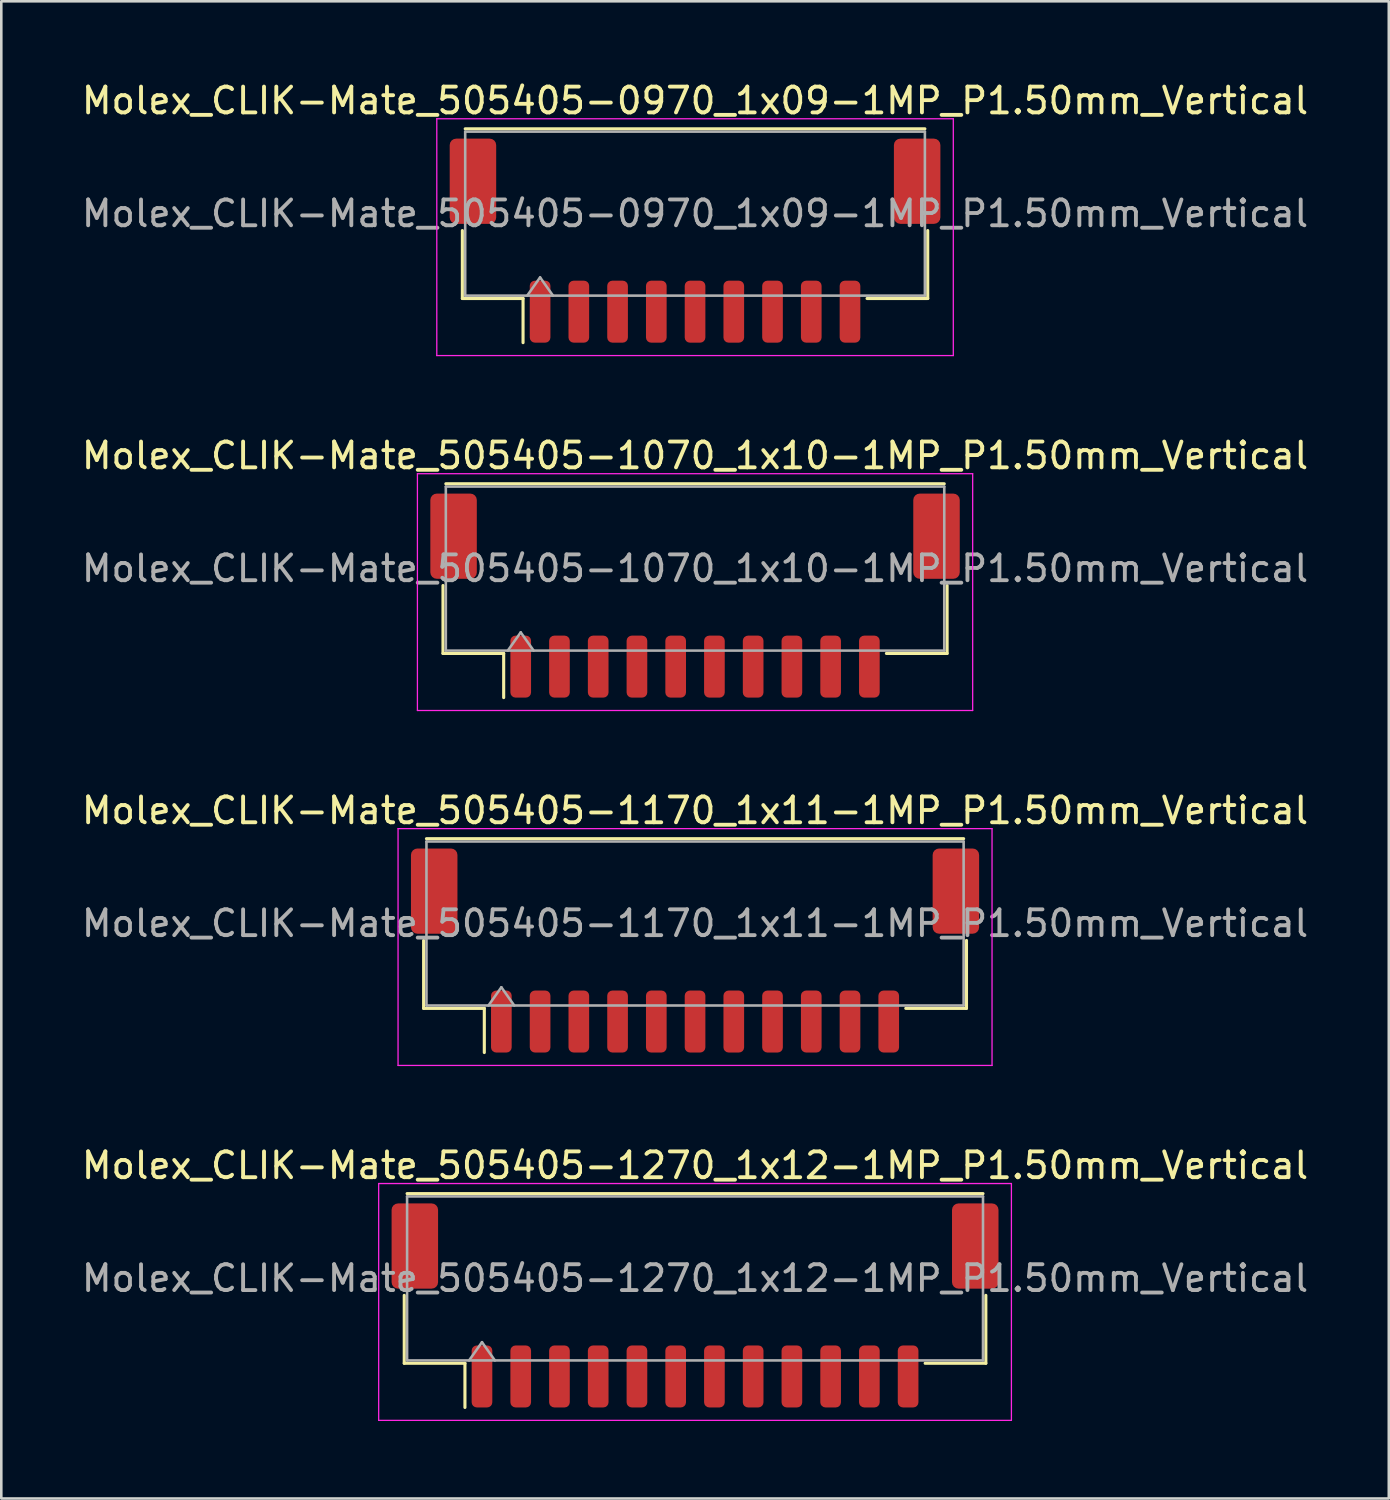
<source format=kicad_pcb>
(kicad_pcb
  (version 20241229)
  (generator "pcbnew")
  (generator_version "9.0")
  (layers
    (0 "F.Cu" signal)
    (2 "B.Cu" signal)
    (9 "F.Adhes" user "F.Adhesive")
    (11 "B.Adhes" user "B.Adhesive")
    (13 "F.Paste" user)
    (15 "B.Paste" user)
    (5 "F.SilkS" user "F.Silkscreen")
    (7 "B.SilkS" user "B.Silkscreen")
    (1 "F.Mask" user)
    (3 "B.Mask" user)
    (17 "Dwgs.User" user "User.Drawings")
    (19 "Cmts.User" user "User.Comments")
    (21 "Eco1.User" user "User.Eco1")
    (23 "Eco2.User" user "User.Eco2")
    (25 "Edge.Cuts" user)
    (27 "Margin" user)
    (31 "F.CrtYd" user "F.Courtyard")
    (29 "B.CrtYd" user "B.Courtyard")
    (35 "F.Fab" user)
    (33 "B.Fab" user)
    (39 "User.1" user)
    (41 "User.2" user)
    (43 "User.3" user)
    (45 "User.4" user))
  (footprint "Molex_CLIK-Mate_505405-1170_1x11-1MP_P1.50mm_Vertical"
    (layer "F.Cu")
    (at 23.863 33.755)
    (property "Reference" "Molex_CLIK-Mate_505405-1170_1x11-1MP_P1.50mm_Vertical" (at 0 -5.42 0) (layer "F.SilkS") (effects (font (size 1 1) (thickness 0.15))))
    (attr smd)
    (fp_line (start -10.51 -0.39) (end -10.51 2.24) (stroke (width 0.12) (type solid)) (layer "F.SilkS"))
    (fp_line (start -10.51 2.24) (end -8.16 2.24) (stroke (width 0.12) (type solid)) (layer "F.SilkS"))
    (fp_line (start -10.4 -4.33) (end 10.4 -4.33) (stroke (width 0.12) (type solid)) (layer "F.SilkS"))
    (fp_line (start -8.16 2.24) (end -8.16 3.95) (stroke (width 0.12) (type solid)) (layer "F.SilkS"))
    (fp_line (start 10.51 -0.39) (end 10.51 2.24) (stroke (width 0.12) (type solid)) (layer "F.SilkS"))
    (fp_line (start 10.51 2.24) (end 8.16 2.24) (stroke (width 0.12) (type solid)) (layer "F.SilkS"))
    (fp_line (start -11.5 -4.72) (end -11.5 4.45) (stroke (width 0.05) (type solid)) (layer "F.CrtYd"))
    (fp_line (start -11.5 4.45) (end 11.5 4.45) (stroke (width 0.05) (type solid)) (layer "F.CrtYd"))
    (fp_line (start 11.5 -4.72) (end -11.5 -4.72) (stroke (width 0.05) (type solid)) (layer "F.CrtYd"))
    (fp_line (start 11.5 4.45) (end 11.5 -4.72) (stroke (width 0.05) (type solid)) (layer "F.CrtYd"))
    (fp_line (start -10.4 -4.22) (end 10.4 -4.22) (stroke (width 0.1) (type solid)) (layer "F.Fab"))
    (fp_line (start -10.4 2.13) (end -10.4 -4.22) (stroke (width 0.1) (type solid)) (layer "F.Fab"))
    (fp_line (start -10.4 2.13) (end 10.4 2.13) (stroke (width 0.1) (type solid)) (layer "F.Fab"))
    (fp_line (start -8 2.13) (end -7.5 1.423) (stroke (width 0.1) (type solid)) (layer "F.Fab"))
    (fp_line (start -7.5 1.423) (end -7 2.13) (stroke (width 0.1) (type solid)) (layer "F.Fab"))
    (fp_line (start 10.4 2.13) (end 10.4 -4.22) (stroke (width 0.1) (type solid)) (layer "F.Fab"))
    (fp_text user "${REFERENCE}" (at 0 -1.05 0) (layer "F.Fab") (effects (font (size 1 1) (thickness 0.15))))
    (pad "1" smd roundrect (at -7.5 2.75) (size 0.8 2.4) (layers "F.Cu" "F.Mask" "F.Paste") (roundrect_rratio 0.25))
    (pad "2" smd roundrect (at -6 2.75) (size 0.8 2.4) (layers "F.Cu" "F.Mask" "F.Paste") (roundrect_rratio 0.25))
    (pad "3" smd roundrect (at -4.5 2.75) (size 0.8 2.4) (layers "F.Cu" "F.Mask" "F.Paste") (roundrect_rratio 0.25))
    (pad "4" smd roundrect (at -3 2.75) (size 0.8 2.4) (layers "F.Cu" "F.Mask" "F.Paste") (roundrect_rratio 0.25))
    (pad "5" smd roundrect (at -1.5 2.75) (size 0.8 2.4) (layers "F.Cu" "F.Mask" "F.Paste") (roundrect_rratio 0.25))
    (pad "6" smd roundrect (at 0 2.75) (size 0.8 2.4) (layers "F.Cu" "F.Mask" "F.Paste") (roundrect_rratio 0.25))
    (pad "7" smd roundrect (at 1.5 2.75) (size 0.8 2.4) (layers "F.Cu" "F.Mask" "F.Paste") (roundrect_rratio 0.25))
    (pad "8" smd roundrect (at 3 2.75) (size 0.8 2.4) (layers "F.Cu" "F.Mask" "F.Paste") (roundrect_rratio 0.25))
    (pad "9" smd roundrect (at 4.5 2.75) (size 0.8 2.4) (layers "F.Cu" "F.Mask" "F.Paste") (roundrect_rratio 0.25))
    (pad "10" smd roundrect (at 6 2.75) (size 0.8 2.4) (layers "F.Cu" "F.Mask" "F.Paste") (roundrect_rratio 0.25))
    (pad "11" smd roundrect (at 7.5 2.75) (size 0.8 2.4) (layers "F.Cu" "F.Mask" "F.Paste") (roundrect_rratio 0.25))
    (pad "MP" smd roundrect (at -10.1 -2.3) (size 1.8 3.3) (layers "F.Cu" "F.Mask" "F.Paste") (roundrect_rratio 0.139))
    (pad "MP" smd roundrect (at 10.1 -2.3) (size 1.8 3.3) (layers "F.Cu" "F.Mask" "F.Paste") (roundrect_rratio 0.139)))
  (footprint "Molex_CLIK-Mate_505405-1270_1x12-1MP_P1.50mm_Vertical"
    (layer "F.Cu")
    (at 23.863 47.498)
    (property "Reference" "Molex_CLIK-Mate_505405-1270_1x12-1MP_P1.50mm_Vertical" (at 0 -5.42 0) (layer "F.SilkS") (effects (font (size 1 1) (thickness 0.15))))
    (attr smd)
    (fp_line (start -11.26 -0.39) (end -11.26 2.24) (stroke (width 0.12) (type solid)) (layer "F.SilkS"))
    (fp_line (start -11.26 2.24) (end -8.91 2.24) (stroke (width 0.12) (type solid)) (layer "F.SilkS"))
    (fp_line (start -11.15 -4.33) (end 11.15 -4.33) (stroke (width 0.12) (type solid)) (layer "F.SilkS"))
    (fp_line (start -8.91 2.24) (end -8.91 3.95) (stroke (width 0.12) (type solid)) (layer "F.SilkS"))
    (fp_line (start 11.26 -0.39) (end 11.26 2.24) (stroke (width 0.12) (type solid)) (layer "F.SilkS"))
    (fp_line (start 11.26 2.24) (end 8.91 2.24) (stroke (width 0.12) (type solid)) (layer "F.SilkS"))
    (fp_line (start -12.25 -4.72) (end -12.25 4.45) (stroke (width 0.05) (type solid)) (layer "F.CrtYd"))
    (fp_line (start -12.25 4.45) (end 12.25 4.45) (stroke (width 0.05) (type solid)) (layer "F.CrtYd"))
    (fp_line (start 12.25 -4.72) (end -12.25 -4.72) (stroke (width 0.05) (type solid)) (layer "F.CrtYd"))
    (fp_line (start 12.25 4.45) (end 12.25 -4.72) (stroke (width 0.05) (type solid)) (layer "F.CrtYd"))
    (fp_line (start -11.15 -4.22) (end 11.15 -4.22) (stroke (width 0.1) (type solid)) (layer "F.Fab"))
    (fp_line (start -11.15 2.13) (end -11.15 -4.22) (stroke (width 0.1) (type solid)) (layer "F.Fab"))
    (fp_line (start -11.15 2.13) (end 11.15 2.13) (stroke (width 0.1) (type solid)) (layer "F.Fab"))
    (fp_line (start -8.75 2.13) (end -8.25 1.423) (stroke (width 0.1) (type solid)) (layer "F.Fab"))
    (fp_line (start -8.25 1.423) (end -7.75 2.13) (stroke (width 0.1) (type solid)) (layer "F.Fab"))
    (fp_line (start 11.15 2.13) (end 11.15 -4.22) (stroke (width 0.1) (type solid)) (layer "F.Fab"))
    (fp_text user "${REFERENCE}" (at 0 -1.05 0) (layer "F.Fab") (effects (font (size 1 1) (thickness 0.15))))
    (pad "1" smd roundrect (at -8.25 2.75) (size 0.8 2.4) (layers "F.Cu" "F.Mask" "F.Paste") (roundrect_rratio 0.25))
    (pad "2" smd roundrect (at -6.75 2.75) (size 0.8 2.4) (layers "F.Cu" "F.Mask" "F.Paste") (roundrect_rratio 0.25))
    (pad "3" smd roundrect (at -5.25 2.75) (size 0.8 2.4) (layers "F.Cu" "F.Mask" "F.Paste") (roundrect_rratio 0.25))
    (pad "4" smd roundrect (at -3.75 2.75) (size 0.8 2.4) (layers "F.Cu" "F.Mask" "F.Paste") (roundrect_rratio 0.25))
    (pad "5" smd roundrect (at -2.25 2.75) (size 0.8 2.4) (layers "F.Cu" "F.Mask" "F.Paste") (roundrect_rratio 0.25))
    (pad "6" smd roundrect (at -0.75 2.75) (size 0.8 2.4) (layers "F.Cu" "F.Mask" "F.Paste") (roundrect_rratio 0.25))
    (pad "7" smd roundrect (at 0.75 2.75) (size 0.8 2.4) (layers "F.Cu" "F.Mask" "F.Paste") (roundrect_rratio 0.25))
    (pad "8" smd roundrect (at 2.25 2.75) (size 0.8 2.4) (layers "F.Cu" "F.Mask" "F.Paste") (roundrect_rratio 0.25))
    (pad "9" smd roundrect (at 3.75 2.75) (size 0.8 2.4) (layers "F.Cu" "F.Mask" "F.Paste") (roundrect_rratio 0.25))
    (pad "10" smd roundrect (at 5.25 2.75) (size 0.8 2.4) (layers "F.Cu" "F.Mask" "F.Paste") (roundrect_rratio 0.25))
    (pad "11" smd roundrect (at 6.75 2.75) (size 0.8 2.4) (layers "F.Cu" "F.Mask" "F.Paste") (roundrect_rratio 0.25))
    (pad "12" smd roundrect (at 8.25 2.75) (size 0.8 2.4) (layers "F.Cu" "F.Mask" "F.Paste") (roundrect_rratio 0.25))
    (pad "MP" smd roundrect (at -10.85 -2.3) (size 1.8 3.3) (layers "F.Cu" "F.Mask" "F.Paste") (roundrect_rratio 0.139))
    (pad "MP" smd roundrect (at 10.85 -2.3) (size 1.8 3.3) (layers "F.Cu" "F.Mask" "F.Paste") (roundrect_rratio 0.139)))
  (footprint "Molex_CLIK-Mate_505405-0970_1x09-1MP_P1.50mm_Vertical"
    (layer "F.Cu")
    (at 23.863 6.268)
    (property "Reference" "Molex_CLIK-Mate_505405-0970_1x09-1MP_P1.50mm_Vertical" (at 0 -5.42 0) (layer "F.SilkS") (effects (font (size 1 1) (thickness 0.15))))
    (attr smd)
    (fp_line (start -9.01 -0.39) (end -9.01 2.24) (stroke (width 0.12) (type solid)) (layer "F.SilkS"))
    (fp_line (start -9.01 2.24) (end -6.66 2.24) (stroke (width 0.12) (type solid)) (layer "F.SilkS"))
    (fp_line (start -8.9 -4.33) (end 8.9 -4.33) (stroke (width 0.12) (type solid)) (layer "F.SilkS"))
    (fp_line (start -6.66 2.24) (end -6.66 3.95) (stroke (width 0.12) (type solid)) (layer "F.SilkS"))
    (fp_line (start 9.01 -0.39) (end 9.01 2.24) (stroke (width 0.12) (type solid)) (layer "F.SilkS"))
    (fp_line (start 9.01 2.24) (end 6.66 2.24) (stroke (width 0.12) (type solid)) (layer "F.SilkS"))
    (fp_line (start -10 -4.72) (end -10 4.45) (stroke (width 0.05) (type solid)) (layer "F.CrtYd"))
    (fp_line (start -10 4.45) (end 10 4.45) (stroke (width 0.05) (type solid)) (layer "F.CrtYd"))
    (fp_line (start 10 -4.72) (end -10 -4.72) (stroke (width 0.05) (type solid)) (layer "F.CrtYd"))
    (fp_line (start 10 4.45) (end 10 -4.72) (stroke (width 0.05) (type solid)) (layer "F.CrtYd"))
    (fp_line (start -8.9 -4.22) (end 8.9 -4.22) (stroke (width 0.1) (type solid)) (layer "F.Fab"))
    (fp_line (start -8.9 2.13) (end -8.9 -4.22) (stroke (width 0.1) (type solid)) (layer "F.Fab"))
    (fp_line (start -8.9 2.13) (end 8.9 2.13) (stroke (width 0.1) (type solid)) (layer "F.Fab"))
    (fp_line (start -6.5 2.13) (end -6 1.423) (stroke (width 0.1) (type solid)) (layer "F.Fab"))
    (fp_line (start -6 1.423) (end -5.5 2.13) (stroke (width 0.1) (type solid)) (layer "F.Fab"))
    (fp_line (start 8.9 2.13) (end 8.9 -4.22) (stroke (width 0.1) (type solid)) (layer "F.Fab"))
    (fp_text user "${REFERENCE}" (at 0 -1.05 0) (layer "F.Fab") (effects (font (size 1 1) (thickness 0.15))))
    (pad "1" smd roundrect (at -6 2.75) (size 0.8 2.4) (layers "F.Cu" "F.Mask" "F.Paste") (roundrect_rratio 0.25))
    (pad "2" smd roundrect (at -4.5 2.75) (size 0.8 2.4) (layers "F.Cu" "F.Mask" "F.Paste") (roundrect_rratio 0.25))
    (pad "3" smd roundrect (at -3 2.75) (size 0.8 2.4) (layers "F.Cu" "F.Mask" "F.Paste") (roundrect_rratio 0.25))
    (pad "4" smd roundrect (at -1.5 2.75) (size 0.8 2.4) (layers "F.Cu" "F.Mask" "F.Paste") (roundrect_rratio 0.25))
    (pad "5" smd roundrect (at 0 2.75) (size 0.8 2.4) (layers "F.Cu" "F.Mask" "F.Paste") (roundrect_rratio 0.25))
    (pad "6" smd roundrect (at 1.5 2.75) (size 0.8 2.4) (layers "F.Cu" "F.Mask" "F.Paste") (roundrect_rratio 0.25))
    (pad "7" smd roundrect (at 3 2.75) (size 0.8 2.4) (layers "F.Cu" "F.Mask" "F.Paste") (roundrect_rratio 0.25))
    (pad "8" smd roundrect (at 4.5 2.75) (size 0.8 2.4) (layers "F.Cu" "F.Mask" "F.Paste") (roundrect_rratio 0.25))
    (pad "9" smd roundrect (at 6 2.75) (size 0.8 2.4) (layers "F.Cu" "F.Mask" "F.Paste") (roundrect_rratio 0.25))
    (pad "MP" smd roundrect (at -8.6 -2.3) (size 1.8 3.3) (layers "F.Cu" "F.Mask" "F.Paste") (roundrect_rratio 0.139))
    (pad "MP" smd roundrect (at 8.6 -2.3) (size 1.8 3.3) (layers "F.Cu" "F.Mask" "F.Paste") (roundrect_rratio 0.139)))
  (footprint "Molex_CLIK-Mate_505405-1070_1x10-1MP_P1.50mm_Vertical"
    (layer "F.Cu")
    (at 23.863 20.012)
    (property "Reference" "Molex_CLIK-Mate_505405-1070_1x10-1MP_P1.50mm_Vertical" (at 0 -5.42 0) (layer "F.SilkS") (effects (font (size 1 1) (thickness 0.15))))
    (attr smd)
    (fp_line (start -9.76 -0.39) (end -9.76 2.24) (stroke (width 0.12) (type solid)) (layer "F.SilkS"))
    (fp_line (start -9.76 2.24) (end -7.41 2.24) (stroke (width 0.12) (type solid)) (layer "F.SilkS"))
    (fp_line (start -9.65 -4.33) (end 9.65 -4.33) (stroke (width 0.12) (type solid)) (layer "F.SilkS"))
    (fp_line (start -7.41 2.24) (end -7.41 3.95) (stroke (width 0.12) (type solid)) (layer "F.SilkS"))
    (fp_line (start 9.76 -0.39) (end 9.76 2.24) (stroke (width 0.12) (type solid)) (layer "F.SilkS"))
    (fp_line (start 9.76 2.24) (end 7.41 2.24) (stroke (width 0.12) (type solid)) (layer "F.SilkS"))
    (fp_line (start -10.75 -4.72) (end -10.75 4.45) (stroke (width 0.05) (type solid)) (layer "F.CrtYd"))
    (fp_line (start -10.75 4.45) (end 10.75 4.45) (stroke (width 0.05) (type solid)) (layer "F.CrtYd"))
    (fp_line (start 10.75 -4.72) (end -10.75 -4.72) (stroke (width 0.05) (type solid)) (layer "F.CrtYd"))
    (fp_line (start 10.75 4.45) (end 10.75 -4.72) (stroke (width 0.05) (type solid)) (layer "F.CrtYd"))
    (fp_line (start -9.65 -4.22) (end 9.65 -4.22) (stroke (width 0.1) (type solid)) (layer "F.Fab"))
    (fp_line (start -9.65 2.13) (end -9.65 -4.22) (stroke (width 0.1) (type solid)) (layer "F.Fab"))
    (fp_line (start -9.65 2.13) (end 9.65 2.13) (stroke (width 0.1) (type solid)) (layer "F.Fab"))
    (fp_line (start -7.25 2.13) (end -6.75 1.423) (stroke (width 0.1) (type solid)) (layer "F.Fab"))
    (fp_line (start -6.75 1.423) (end -6.25 2.13) (stroke (width 0.1) (type solid)) (layer "F.Fab"))
    (fp_line (start 9.65 2.13) (end 9.65 -4.22) (stroke (width 0.1) (type solid)) (layer "F.Fab"))
    (fp_text user "${REFERENCE}" (at 0 -1.05 0) (layer "F.Fab") (effects (font (size 1 1) (thickness 0.15))))
    (pad "1" smd roundrect (at -6.75 2.75) (size 0.8 2.4) (layers "F.Cu" "F.Mask" "F.Paste") (roundrect_rratio 0.25))
    (pad "2" smd roundrect (at -5.25 2.75) (size 0.8 2.4) (layers "F.Cu" "F.Mask" "F.Paste") (roundrect_rratio 0.25))
    (pad "3" smd roundrect (at -3.75 2.75) (size 0.8 2.4) (layers "F.Cu" "F.Mask" "F.Paste") (roundrect_rratio 0.25))
    (pad "4" smd roundrect (at -2.25 2.75) (size 0.8 2.4) (layers "F.Cu" "F.Mask" "F.Paste") (roundrect_rratio 0.25))
    (pad "5" smd roundrect (at -0.75 2.75) (size 0.8 2.4) (layers "F.Cu" "F.Mask" "F.Paste") (roundrect_rratio 0.25))
    (pad "6" smd roundrect (at 0.75 2.75) (size 0.8 2.4) (layers "F.Cu" "F.Mask" "F.Paste") (roundrect_rratio 0.25))
    (pad "7" smd roundrect (at 2.25 2.75) (size 0.8 2.4) (layers "F.Cu" "F.Mask" "F.Paste") (roundrect_rratio 0.25))
    (pad "8" smd roundrect (at 3.75 2.75) (size 0.8 2.4) (layers "F.Cu" "F.Mask" "F.Paste") (roundrect_rratio 0.25))
    (pad "9" smd roundrect (at 5.25 2.75) (size 0.8 2.4) (layers "F.Cu" "F.Mask" "F.Paste") (roundrect_rratio 0.25))
    (pad "10" smd roundrect (at 6.75 2.75) (size 0.8 2.4) (layers "F.Cu" "F.Mask" "F.Paste") (roundrect_rratio 0.25))
    (pad "MP" smd roundrect (at -9.35 -2.3) (size 1.8 3.3) (layers "F.Cu" "F.Mask" "F.Paste") (roundrect_rratio 0.139))
    (pad "MP" smd roundrect (at 9.35 -2.3) (size 1.8 3.3) (layers "F.Cu" "F.Mask" "F.Paste") (roundrect_rratio 0.139)))
  (gr_rect
    (start -3 -3)
    (end 50.726 54.973)
    (stroke (width 0.1) (type default))
    (fill no)
    (layer "Edge.Cuts")))
</source>
